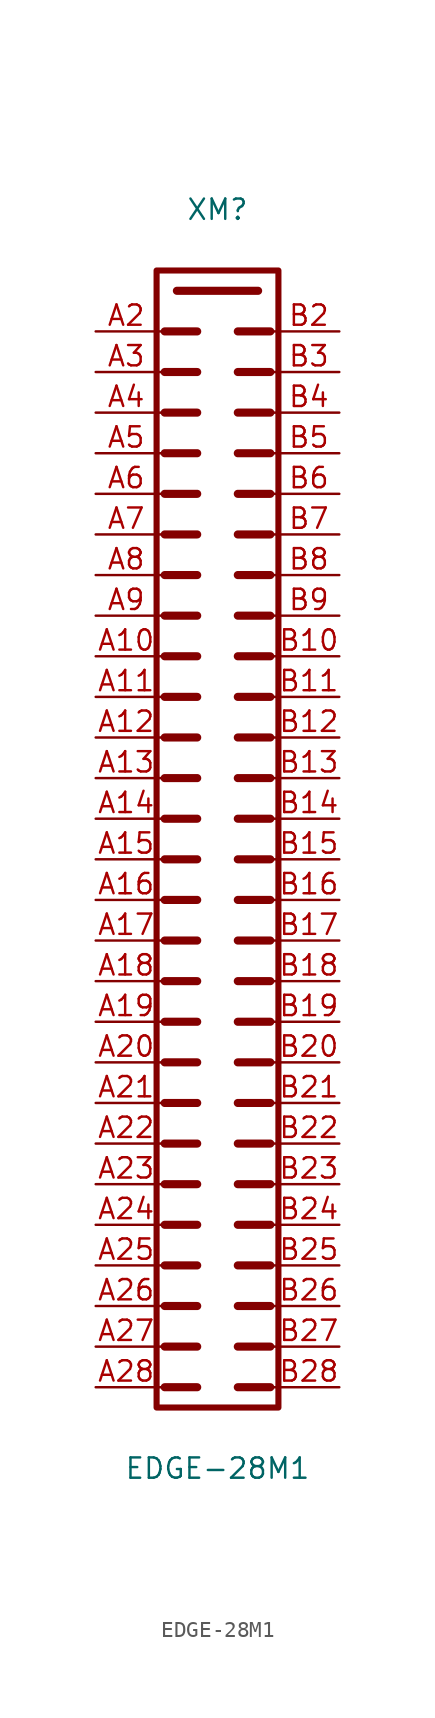
<source format=kicad_sym>
(kicad_symbol_lib
  (version 20231120)
  (generator "kicad_symbol_editor")
  (generator_version "8.0")
  (symbol "EDGE-28M1"
    (pin_names
      (offset 1.016))
    (property "Reference" "XM"
      (at 0 39.37 0)
      (effects (font (size 1.27 1.27))))
    (property "Value" "EDGE-28M1"
      (at 0 -39.37 0)
      (effects (font (size 1.27 1.27))))
    (symbol "EDGE-28M1_0_0"
      (polyline (pts (xy -2.54 34.29) (xy 2.54 34.29)) (stroke (width 0.508) (type default)) (fill (type none))))
    (symbol "EDGE-28M1_0_1"
      (rectangle (start -3.81 35.56) (end 3.81 -35.56) (stroke (width 0.381) (type default)) (fill (type none)))
      (polyline (pts (xy -3.81 -34.29) (xy -3.302 -34.29)) (stroke (width 0) (type default)) (fill (type none)))
      (polyline (pts (xy -3.81 -31.75) (xy -3.302 -31.75)) (stroke (width 0) (type default)) (fill (type none)))
      (polyline (pts (xy -3.81 -29.21) (xy -3.302 -29.21)) (stroke (width 0) (type default)) (fill (type none)))
      (polyline (pts (xy -3.81 -26.67) (xy -3.302 -26.67)) (stroke (width 0) (type default)) (fill (type none)))
      (polyline (pts (xy -3.81 -24.13) (xy -3.302 -24.13)) (stroke (width 0) (type default)) (fill (type none)))
      (polyline (pts (xy -3.81 -21.59) (xy -3.302 -21.59)) (stroke (width 0) (type default)) (fill (type none)))
      (polyline (pts (xy -3.81 -19.05) (xy -3.302 -19.05)) (stroke (width 0) (type default)) (fill (type none)))
      (polyline (pts (xy -3.81 -16.51) (xy -3.302 -16.51)) (stroke (width 0) (type default)) (fill (type none)))
      (polyline (pts (xy -3.81 -13.97) (xy -3.302 -13.97)) (stroke (width 0) (type default)) (fill (type none)))
      (polyline (pts (xy -3.81 -11.43) (xy -3.302 -11.43)) (stroke (width 0) (type default)) (fill (type none)))
      (polyline (pts (xy -3.81 -8.89) (xy -3.302 -8.89)) (stroke (width 0) (type default)) (fill (type none)))
      (polyline (pts (xy -3.81 -6.35) (xy -3.302 -6.35)) (stroke (width 0) (type default)) (fill (type none)))
      (polyline (pts (xy -3.81 -3.81) (xy -3.302 -3.81)) (stroke (width 0) (type default)) (fill (type none)))
      (polyline (pts (xy -3.81 -1.27) (xy -3.302 -1.27)) (stroke (width 0) (type default)) (fill (type none)))
      (polyline (pts (xy -3.81 1.27) (xy -3.302 1.27)) (stroke (width 0) (type default)) (fill (type none)))
      (polyline (pts (xy -3.81 3.81) (xy -3.302 3.81)) (stroke (width 0) (type default)) (fill (type none)))
      (polyline (pts (xy -3.81 6.35) (xy -3.302 6.35)) (stroke (width 0) (type default)) (fill (type none)))
      (polyline (pts (xy -3.81 8.89) (xy -3.302 8.89)) (stroke (width 0) (type default)) (fill (type none)))
      (polyline (pts (xy -3.81 11.43) (xy -3.302 11.43)) (stroke (width 0) (type default)) (fill (type none)))
      (polyline (pts (xy -3.81 13.97) (xy -3.302 13.97)) (stroke (width 0) (type default)) (fill (type none)))
      (polyline (pts (xy -3.81 16.51) (xy -3.302 16.51)) (stroke (width 0) (type default)) (fill (type none)))
      (polyline (pts (xy -3.81 19.05) (xy -3.302 19.05)) (stroke (width 0) (type default)) (fill (type none)))
      (polyline (pts (xy -3.81 21.59) (xy -3.302 21.59)) (stroke (width 0) (type default)) (fill (type none)))
      (polyline (pts (xy -3.81 24.13) (xy -3.302 24.13)) (stroke (width 0) (type default)) (fill (type none)))
      (polyline (pts (xy -3.81 26.67) (xy -3.302 26.67)) (stroke (width 0) (type default)) (fill (type none)))
      (polyline (pts (xy -3.81 29.21) (xy -3.302 29.21)) (stroke (width 0) (type default)) (fill (type none)))
      (polyline (pts (xy -3.81 31.75) (xy -3.302 31.75)) (stroke (width 0) (type default)) (fill (type none)))
      (polyline (pts (xy -3.302 -34.29) (xy -1.27 -34.29)) (stroke (width 0.508) (type default)) (fill (type none)))
      (polyline (pts (xy -3.302 -31.75) (xy -1.27 -31.75)) (stroke (width 0.508) (type default)) (fill (type none)))
      (polyline (pts (xy -3.302 -29.21) (xy -1.27 -29.21)) (stroke (width 0.508) (type default)) (fill (type none)))
      (polyline (pts (xy -3.302 -26.67) (xy -1.27 -26.67)) (stroke (width 0.508) (type default)) (fill (type none)))
      (polyline (pts (xy -3.302 -24.13) (xy -1.27 -24.13)) (stroke (width 0.508) (type default)) (fill (type none)))
      (polyline (pts (xy -3.302 -21.59) (xy -1.27 -21.59)) (stroke (width 0.508) (type default)) (fill (type none)))
      (polyline (pts (xy -3.302 -19.05) (xy -1.27 -19.05)) (stroke (width 0.508) (type default)) (fill (type none)))
      (polyline (pts (xy -3.302 -16.51) (xy -1.27 -16.51)) (stroke (width 0.508) (type default)) (fill (type none)))
      (polyline (pts (xy -3.302 -13.97) (xy -1.27 -13.97)) (stroke (width 0.508) (type default)) (fill (type none)))
      (polyline (pts (xy -3.302 -11.43) (xy -1.27 -11.43)) (stroke (width 0.508) (type default)) (fill (type none)))
      (polyline (pts (xy -3.302 -8.89) (xy -1.27 -8.89)) (stroke (width 0.508) (type default)) (fill (type none)))
      (polyline (pts (xy -3.302 -6.35) (xy -1.27 -6.35)) (stroke (width 0.508) (type default)) (fill (type none)))
      (polyline (pts (xy -3.302 -3.81) (xy -1.27 -3.81)) (stroke (width 0.508) (type default)) (fill (type none)))
      (polyline (pts (xy -3.302 -1.27) (xy -1.27 -1.27)) (stroke (width 0.508) (type default)) (fill (type none)))
      (polyline (pts (xy -3.302 1.27) (xy -1.27 1.27)) (stroke (width 0.508) (type default)) (fill (type none)))
      (polyline (pts (xy -3.302 3.81) (xy -1.27 3.81)) (stroke (width 0.508) (type default)) (fill (type none)))
      (polyline (pts (xy -3.302 6.35) (xy -1.27 6.35)) (stroke (width 0.508) (type default)) (fill (type none)))
      (polyline (pts (xy -3.302 8.89) (xy -1.27 8.89)) (stroke (width 0.508) (type default)) (fill (type none)))
      (polyline (pts (xy -3.302 11.43) (xy -1.27 11.43)) (stroke (width 0.508) (type default)) (fill (type none)))
      (polyline (pts (xy -3.302 13.97) (xy -1.27 13.97)) (stroke (width 0.508) (type default)) (fill (type none)))
      (polyline (pts (xy -3.302 16.51) (xy -1.27 16.51)) (stroke (width 0.508) (type default)) (fill (type none)))
      (polyline (pts (xy -3.302 19.05) (xy -1.27 19.05)) (stroke (width 0.508) (type default)) (fill (type none)))
      (polyline (pts (xy -3.302 21.59) (xy -1.27 21.59)) (stroke (width 0.508) (type default)) (fill (type none)))
      (polyline (pts (xy -3.302 24.13) (xy -1.27 24.13)) (stroke (width 0.508) (type default)) (fill (type none)))
      (polyline (pts (xy -3.302 26.67) (xy -1.27 26.67)) (stroke (width 0.508) (type default)) (fill (type none)))
      (polyline (pts (xy -3.302 29.21) (xy -1.27 29.21)) (stroke (width 0.508) (type default)) (fill (type none)))
      (polyline (pts (xy -3.302 31.75) (xy -1.27 31.75)) (stroke (width 0.508) (type default)) (fill (type none)))
      (polyline (pts (xy 3.302 -34.29) (xy 1.27 -34.29)) (stroke (width 0.508) (type default)) (fill (type none)))
      (polyline (pts (xy 3.302 -31.75) (xy 1.27 -31.75)) (stroke (width 0.508) (type default)) (fill (type none)))
      (polyline (pts (xy 3.302 -29.21) (xy 1.27 -29.21)) (stroke (width 0.508) (type default)) (fill (type none)))
      (polyline (pts (xy 3.302 -26.67) (xy 1.27 -26.67)) (stroke (width 0.508) (type default)) (fill (type none)))
      (polyline (pts (xy 3.302 -24.13) (xy 1.27 -24.13)) (stroke (width 0.508) (type default)) (fill (type none)))
      (polyline (pts (xy 3.302 -21.59) (xy 1.27 -21.59)) (stroke (width 0.508) (type default)) (fill (type none)))
      (polyline (pts (xy 3.302 -19.05) (xy 1.27 -19.05)) (stroke (width 0.508) (type default)) (fill (type none)))
      (polyline (pts (xy 3.302 -16.51) (xy 1.27 -16.51)) (stroke (width 0.508) (type default)) (fill (type none)))
      (polyline (pts (xy 3.302 -13.97) (xy 1.27 -13.97)) (stroke (width 0.508) (type default)) (fill (type none)))
      (polyline (pts (xy 3.302 -11.43) (xy 1.27 -11.43)) (stroke (width 0.508) (type default)) (fill (type none)))
      (polyline (pts (xy 3.302 -8.89) (xy 1.27 -8.89)) (stroke (width 0.508) (type default)) (fill (type none)))
      (polyline (pts (xy 3.302 -6.35) (xy 1.27 -6.35)) (stroke (width 0.508) (type default)) (fill (type none)))
      (polyline (pts (xy 3.302 -3.81) (xy 1.27 -3.81)) (stroke (width 0.508) (type default)) (fill (type none)))
      (polyline (pts (xy 3.302 -1.27) (xy 1.27 -1.27)) (stroke (width 0.508) (type default)) (fill (type none)))
      (polyline (pts (xy 3.302 1.27) (xy 1.27 1.27)) (stroke (width 0.508) (type default)) (fill (type none)))
      (polyline (pts (xy 3.302 3.81) (xy 1.27 3.81)) (stroke (width 0.508) (type default)) (fill (type none)))
      (polyline (pts (xy 3.302 6.35) (xy 1.27 6.35)) (stroke (width 0.508) (type default)) (fill (type none)))
      (polyline (pts (xy 3.302 8.89) (xy 1.27 8.89)) (stroke (width 0.508) (type default)) (fill (type none)))
      (polyline (pts (xy 3.302 11.43) (xy 1.27 11.43)) (stroke (width 0.508) (type default)) (fill (type none)))
      (polyline (pts (xy 3.302 13.97) (xy 1.27 13.97)) (stroke (width 0.508) (type default)) (fill (type none)))
      (polyline (pts (xy 3.302 16.51) (xy 1.27 16.51)) (stroke (width 0.508) (type default)) (fill (type none)))
      (polyline (pts (xy 3.302 19.05) (xy 1.27 19.05)) (stroke (width 0.508) (type default)) (fill (type none)))
      (polyline (pts (xy 3.302 21.59) (xy 1.27 21.59)) (stroke (width 0.508) (type default)) (fill (type none)))
      (polyline (pts (xy 3.302 24.13) (xy 1.27 24.13)) (stroke (width 0.508) (type default)) (fill (type none)))
      (polyline (pts (xy 3.302 26.67) (xy 1.27 26.67)) (stroke (width 0.508) (type default)) (fill (type none)))
      (polyline (pts (xy 3.302 29.21) (xy 1.27 29.21)) (stroke (width 0.508) (type default)) (fill (type none)))
      (polyline (pts (xy 3.302 31.75) (xy 1.27 31.75)) (stroke (width 0.508) (type default)) (fill (type none)))
      (polyline (pts (xy 3.81 -34.29) (xy 3.302 -34.29)) (stroke (width 0) (type default)) (fill (type none)))
      (polyline (pts (xy 3.81 -31.75) (xy 3.302 -31.75)) (stroke (width 0) (type default)) (fill (type none)))
      (polyline (pts (xy 3.81 -29.21) (xy 3.302 -29.21)) (stroke (width 0) (type default)) (fill (type none)))
      (polyline (pts (xy 3.81 -26.67) (xy 3.302 -26.67)) (stroke (width 0) (type default)) (fill (type none)))
      (polyline (pts (xy 3.81 -24.13) (xy 3.302 -24.13)) (stroke (width 0) (type default)) (fill (type none)))
      (polyline (pts (xy 3.81 -21.59) (xy 3.302 -21.59)) (stroke (width 0) (type default)) (fill (type none)))
      (polyline (pts (xy 3.81 -19.05) (xy 3.302 -19.05)) (stroke (width 0) (type default)) (fill (type none)))
      (polyline (pts (xy 3.81 -16.51) (xy 3.302 -16.51)) (stroke (width 0) (type default)) (fill (type none)))
      (polyline (pts (xy 3.81 -13.97) (xy 3.302 -13.97)) (stroke (width 0) (type default)) (fill (type none)))
      (polyline (pts (xy 3.81 -11.43) (xy 3.302 -11.43)) (stroke (width 0) (type default)) (fill (type none)))
      (polyline (pts (xy 3.81 -8.89) (xy 3.302 -8.89)) (stroke (width 0) (type default)) (fill (type none)))
      (polyline (pts (xy 3.81 -6.35) (xy 3.302 -6.35)) (stroke (width 0) (type default)) (fill (type none)))
      (polyline (pts (xy 3.81 -3.81) (xy 3.302 -3.81)) (stroke (width 0) (type default)) (fill (type none)))
      (polyline (pts (xy 3.81 -1.27) (xy 3.302 -1.27)) (stroke (width 0) (type default)) (fill (type none)))
      (polyline (pts (xy 3.81 1.27) (xy 3.302 1.27)) (stroke (width 0) (type default)) (fill (type none)))
      (polyline (pts (xy 3.81 3.81) (xy 3.302 3.81)) (stroke (width 0) (type default)) (fill (type none)))
      (polyline (pts (xy 3.81 6.35) (xy 3.302 6.35)) (stroke (width 0) (type default)) (fill (type none)))
      (polyline (pts (xy 3.81 8.89) (xy 3.302 8.89)) (stroke (width 0) (type default)) (fill (type none)))
      (polyline (pts (xy 3.81 11.43) (xy 3.302 11.43)) (stroke (width 0) (type default)) (fill (type none)))
      (polyline (pts (xy 3.81 13.97) (xy 3.302 13.97)) (stroke (width 0) (type default)) (fill (type none)))
      (polyline (pts (xy 3.81 16.51) (xy 3.302 16.51)) (stroke (width 0) (type default)) (fill (type none)))
      (polyline (pts (xy 3.81 19.05) (xy 3.302 19.05)) (stroke (width 0) (type default)) (fill (type none)))
      (polyline (pts (xy 3.81 21.59) (xy 3.302 21.59)) (stroke (width 0) (type default)) (fill (type none)))
      (polyline (pts (xy 3.81 24.13) (xy 3.302 24.13)) (stroke (width 0) (type default)) (fill (type none)))
      (polyline (pts (xy 3.81 26.67) (xy 3.302 26.67)) (stroke (width 0) (type default)) (fill (type none)))
      (polyline (pts (xy 3.81 29.21) (xy 3.302 29.21)) (stroke (width 0) (type default)) (fill (type none)))
      (polyline (pts (xy 3.81 31.75) (xy 3.302 31.75)) (stroke (width 0) (type default)) (fill (type none))))
    (symbol "EDGE-28M1_1_1"
      (pin passive line (at -7.62 11.43 0) (length 3.81) (name "~" (effects (font (size 1.27 1.27)))) (number "A10" (effects (font (size 1.27 1.27)))))
      (pin passive line (at -7.62 8.89 0) (length 3.81) (name "~" (effects (font (size 1.27 1.27)))) (number "A11" (effects (font (size 1.27 1.27)))))
      (pin passive line (at -7.62 6.35 0) (length 3.81) (name "~" (effects (font (size 1.27 1.27)))) (number "A12" (effects (font (size 1.27 1.27)))))
      (pin passive line (at -7.62 3.81 0) (length 3.81) (name "~" (effects (font (size 1.27 1.27)))) (number "A13" (effects (font (size 1.27 1.27)))))
      (pin passive line (at -7.62 1.27 0) (length 3.81) (name "~" (effects (font (size 1.27 1.27)))) (number "A14" (effects (font (size 1.27 1.27)))))
      (pin passive line (at -7.62 -1.27 0) (length 3.81) (name "~" (effects (font (size 1.27 1.27)))) (number "A15" (effects (font (size 1.27 1.27)))))
      (pin passive line (at -7.62 -3.81 0) (length 3.81) (name "~" (effects (font (size 1.27 1.27)))) (number "A16" (effects (font (size 1.27 1.27)))))
      (pin passive line (at -7.62 -6.35 0) (length 3.81) (name "~" (effects (font (size 1.27 1.27)))) (number "A17" (effects (font (size 1.27 1.27)))))
      (pin passive line (at -7.62 -8.89 0) (length 3.81) (name "~" (effects (font (size 1.27 1.27)))) (number "A18" (effects (font (size 1.27 1.27)))))
      (pin passive line (at -7.62 -11.43 0) (length 3.81) (name "~" (effects (font (size 1.27 1.27)))) (number "A19" (effects (font (size 1.27 1.27)))))
      (pin passive line (at -7.62 31.75 0) (length 3.81) (name "~" (effects (font (size 1.27 1.27)))) (number "A2" (effects (font (size 1.27 1.27)))))
      (pin passive line (at -7.62 -13.97 0) (length 3.81) (name "~" (effects (font (size 1.27 1.27)))) (number "A20" (effects (font (size 1.27 1.27)))))
      (pin passive line (at -7.62 -16.51 0) (length 3.81) (name "~" (effects (font (size 1.27 1.27)))) (number "A21" (effects (font (size 1.27 1.27)))))
      (pin passive line (at -7.62 -19.05 0) (length 3.81) (name "~" (effects (font (size 1.27 1.27)))) (number "A22" (effects (font (size 1.27 1.27)))))
      (pin passive line (at -7.62 -21.59 0) (length 3.81) (name "~" (effects (font (size 1.27 1.27)))) (number "A23" (effects (font (size 1.27 1.27)))))
      (pin passive line (at -7.62 -24.13 0) (length 3.81) (name "~" (effects (font (size 1.27 1.27)))) (number "A24" (effects (font (size 1.27 1.27)))))
      (pin passive line (at -7.62 -26.67 0) (length 3.81) (name "~" (effects (font (size 1.27 1.27)))) (number "A25" (effects (font (size 1.27 1.27)))))
      (pin passive line (at -7.62 -29.21 0) (length 3.81) (name "~" (effects (font (size 1.27 1.27)))) (number "A26" (effects (font (size 1.27 1.27)))))
      (pin passive line (at -7.62 -31.75 0) (length 3.81) (name "~" (effects (font (size 1.27 1.27)))) (number "A27" (effects (font (size 1.27 1.27)))))
      (pin passive line (at -7.62 -34.29 0) (length 3.81) (name "~" (effects (font (size 1.27 1.27)))) (number "A28" (effects (font (size 1.27 1.27)))))
      (pin passive line (at -7.62 29.21 0) (length 3.81) (name "~" (effects (font (size 1.27 1.27)))) (number "A3" (effects (font (size 1.27 1.27)))))
      (pin passive line (at -7.62 26.67 0) (length 3.81) (name "~" (effects (font (size 1.27 1.27)))) (number "A4" (effects (font (size 1.27 1.27)))))
      (pin passive line (at -7.62 24.13 0) (length 3.81) (name "~" (effects (font (size 1.27 1.27)))) (number "A5" (effects (font (size 1.27 1.27)))))
      (pin passive line (at -7.62 21.59 0) (length 3.81) (name "~" (effects (font (size 1.27 1.27)))) (number "A6" (effects (font (size 1.27 1.27)))))
      (pin passive line (at -7.62 19.05 0) (length 3.81) (name "~" (effects (font (size 1.27 1.27)))) (number "A7" (effects (font (size 1.27 1.27)))))
      (pin passive line (at -7.62 16.51 0) (length 3.81) (name "~" (effects (font (size 1.27 1.27)))) (number "A8" (effects (font (size 1.27 1.27)))))
      (pin passive line (at -7.62 13.97 0) (length 3.81) (name "~" (effects (font (size 1.27 1.27)))) (number "A9" (effects (font (size 1.27 1.27)))))
      (pin passive line (at 7.62 11.43 180) (length 3.81) (name "~" (effects (font (size 1.27 1.27)))) (number "B10" (effects (font (size 1.27 1.27)))))
      (pin passive line (at 7.62 8.89 180) (length 3.81) (name "~" (effects (font (size 1.27 1.27)))) (number "B11" (effects (font (size 1.27 1.27)))))
      (pin passive line (at 7.62 6.35 180) (length 3.81) (name "~" (effects (font (size 1.27 1.27)))) (number "B12" (effects (font (size 1.27 1.27)))))
      (pin passive line (at 7.62 3.81 180) (length 3.81) (name "~" (effects (font (size 1.27 1.27)))) (number "B13" (effects (font (size 1.27 1.27)))))
      (pin passive line (at 7.62 1.27 180) (length 3.81) (name "~" (effects (font (size 1.27 1.27)))) (number "B14" (effects (font (size 1.27 1.27)))))
      (pin passive line (at 7.62 -1.27 180) (length 3.81) (name "~" (effects (font (size 1.27 1.27)))) (number "B15" (effects (font (size 1.27 1.27)))))
      (pin passive line (at 7.62 -3.81 180) (length 3.81) (name "~" (effects (font (size 1.27 1.27)))) (number "B16" (effects (font (size 1.27 1.27)))))
      (pin passive line (at 7.62 -6.35 180) (length 3.81) (name "~" (effects (font (size 1.27 1.27)))) (number "B17" (effects (font (size 1.27 1.27)))))
      (pin passive line (at 7.62 -8.89 180) (length 3.81) (name "~" (effects (font (size 1.27 1.27)))) (number "B18" (effects (font (size 1.27 1.27)))))
      (pin passive line (at 7.62 -11.43 180) (length 3.81) (name "~" (effects (font (size 1.27 1.27)))) (number "B19" (effects (font (size 1.27 1.27)))))
      (pin passive line (at 7.62 31.75 180) (length 3.81) (name "~" (effects (font (size 1.27 1.27)))) (number "B2" (effects (font (size 1.27 1.27)))))
      (pin passive line (at 7.62 -13.97 180) (length 3.81) (name "~" (effects (font (size 1.27 1.27)))) (number "B20" (effects (font (size 1.27 1.27)))))
      (pin passive line (at 7.62 -16.51 180) (length 3.81) (name "~" (effects (font (size 1.27 1.27)))) (number "B21" (effects (font (size 1.27 1.27)))))
      (pin passive line (at 7.62 -19.05 180) (length 3.81) (name "~" (effects (font (size 1.27 1.27)))) (number "B22" (effects (font (size 1.27 1.27)))))
      (pin passive line (at 7.62 -21.59 180) (length 3.81) (name "~" (effects (font (size 1.27 1.27)))) (number "B23" (effects (font (size 1.27 1.27)))))
      (pin passive line (at 7.62 -24.13 180) (length 3.81) (name "~" (effects (font (size 1.27 1.27)))) (number "B24" (effects (font (size 1.27 1.27)))))
      (pin passive line (at 7.62 -26.67 180) (length 3.81) (name "~" (effects (font (size 1.27 1.27)))) (number "B25" (effects (font (size 1.27 1.27)))))
      (pin passive line (at 7.62 -29.21 180) (length 3.81) (name "~" (effects (font (size 1.27 1.27)))) (number "B26" (effects (font (size 1.27 1.27)))))
      (pin passive line (at 7.62 -31.75 180) (length 3.81) (name "~" (effects (font (size 1.27 1.27)))) (number "B27" (effects (font (size 1.27 1.27)))))
      (pin passive line (at 7.62 -34.29 180) (length 3.81) (name "~" (effects (font (size 1.27 1.27)))) (number "B28" (effects (font (size 1.27 1.27)))))
      (pin passive line (at 7.62 29.21 180) (length 3.81) (name "~" (effects (font (size 1.27 1.27)))) (number "B3" (effects (font (size 1.27 1.27)))))
      (pin passive line (at 7.62 26.67 180) (length 3.81) (name "~" (effects (font (size 1.27 1.27)))) (number "B4" (effects (font (size 1.27 1.27)))))
      (pin passive line (at 7.62 24.13 180) (length 3.81) (name "~" (effects (font (size 1.27 1.27)))) (number "B5" (effects (font (size 1.27 1.27)))))
      (pin passive line (at 7.62 21.59 180) (length 3.81) (name "~" (effects (font (size 1.27 1.27)))) (number "B6" (effects (font (size 1.27 1.27)))))
      (pin passive line (at 7.62 19.05 180) (length 3.81) (name "~" (effects (font (size 1.27 1.27)))) (number "B7" (effects (font (size 1.27 1.27)))))
      (pin passive line (at 7.62 16.51 180) (length 3.81) (name "~" (effects (font (size 1.27 1.27)))) (number "B8" (effects (font (size 1.27 1.27)))))
      (pin passive line (at 7.62 13.97 180) (length 3.81) (name "~" (effects (font (size 1.27 1.27)))) (number "B9" (effects (font (size 1.27 1.27))))))))
</source>
